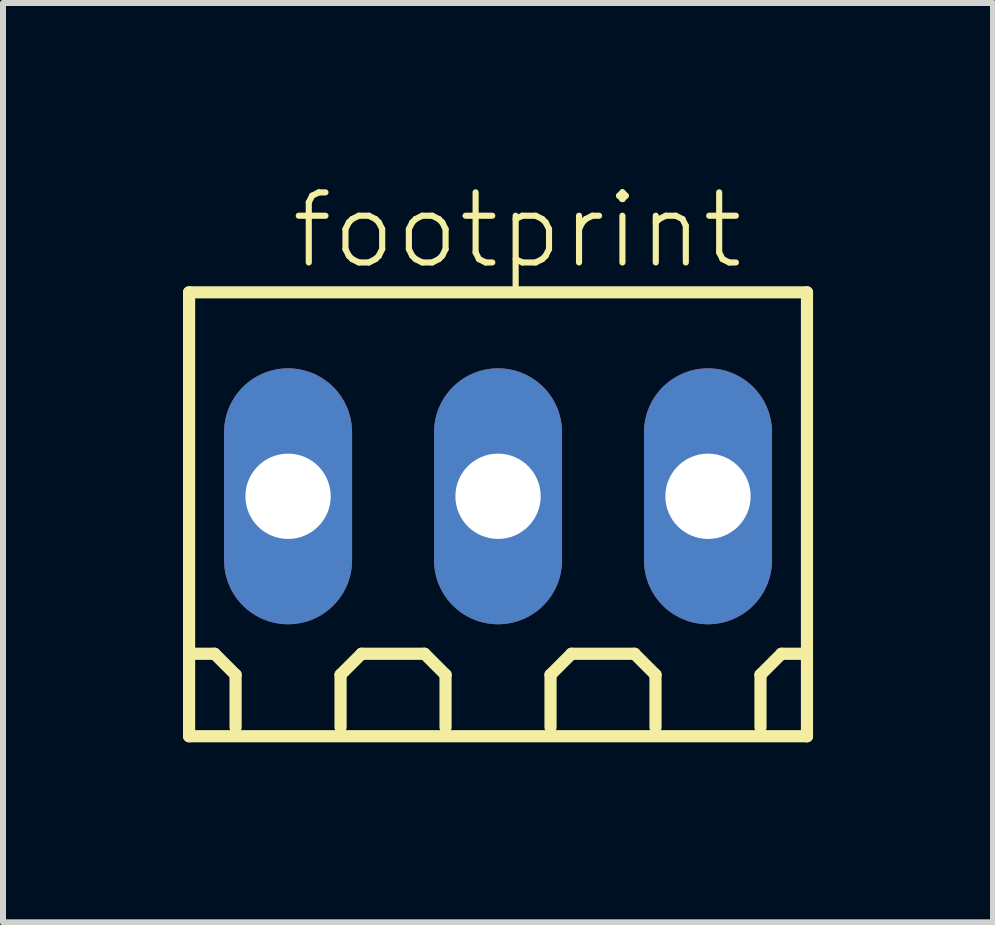
<source format=kicad_pcb>
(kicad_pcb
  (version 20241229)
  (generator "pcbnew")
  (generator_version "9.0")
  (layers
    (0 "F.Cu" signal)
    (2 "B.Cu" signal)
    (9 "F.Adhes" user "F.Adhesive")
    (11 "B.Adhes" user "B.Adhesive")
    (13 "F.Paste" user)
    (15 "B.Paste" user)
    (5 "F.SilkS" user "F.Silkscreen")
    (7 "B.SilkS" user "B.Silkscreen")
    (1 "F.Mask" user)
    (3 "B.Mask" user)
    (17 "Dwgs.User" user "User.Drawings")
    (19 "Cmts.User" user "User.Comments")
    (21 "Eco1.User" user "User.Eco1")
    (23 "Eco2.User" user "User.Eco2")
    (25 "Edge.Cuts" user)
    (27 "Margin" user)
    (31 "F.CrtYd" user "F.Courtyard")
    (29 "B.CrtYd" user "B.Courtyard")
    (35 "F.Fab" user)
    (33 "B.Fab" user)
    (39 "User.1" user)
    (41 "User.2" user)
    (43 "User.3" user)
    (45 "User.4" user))
  (footprint "footprint"
    (layer "F.Cu")
    (at 5.252 5.223)
    (property "Reference" "footprint" (at -3.5 -3.75 0) (layer "F.SilkS") (effects (font (size 1.168 1.168) (thickness 0.102)) (justify left bottom)))
    (fp_line (start -5.15 -3.4) (end 5.15 -3.4) (stroke (width 0.203) (type solid)) (layer "F.SilkS"))
    (fp_line (start -5.15 4) (end -5.15 -3.4) (stroke (width 0.203) (type solid)) (layer "F.SilkS"))
    (fp_line (start -4.725 2.625) (end -5.075 2.625) (stroke (width 0.203) (type solid)) (layer "F.SilkS"))
    (fp_line (start -4.375 2.975) (end -4.725 2.625) (stroke (width 0.203) (type solid)) (layer "F.SilkS"))
    (fp_line (start -4.375 3.85) (end -4.375 2.975) (stroke (width 0.203) (type solid)) (layer "F.SilkS"))
    (fp_line (start -2.625 2.975) (end -2.275 2.625) (stroke (width 0.203) (type solid)) (layer "F.SilkS"))
    (fp_line (start -2.625 3.85) (end -2.625 2.975) (stroke (width 0.203) (type solid)) (layer "F.SilkS"))
    (fp_line (start -2.275 2.625) (end -1.225 2.625) (stroke (width 0.203) (type solid)) (layer "F.SilkS"))
    (fp_line (start -1.225 2.625) (end -0.875 2.975) (stroke (width 0.203) (type solid)) (layer "F.SilkS"))
    (fp_line (start -0.875 2.975) (end -0.875 3.85) (stroke (width 0.203) (type solid)) (layer "F.SilkS"))
    (fp_line (start 0.875 2.975) (end 1.225 2.625) (stroke (width 0.203) (type solid)) (layer "F.SilkS"))
    (fp_line (start 0.875 3.85) (end 0.875 2.975) (stroke (width 0.203) (type solid)) (layer "F.SilkS"))
    (fp_line (start 1.225 2.625) (end 2.275 2.625) (stroke (width 0.203) (type solid)) (layer "F.SilkS"))
    (fp_line (start 2.275 2.625) (end 2.625 2.975) (stroke (width 0.203) (type solid)) (layer "F.SilkS"))
    (fp_line (start 2.625 2.975) (end 2.625 3.85) (stroke (width 0.203) (type solid)) (layer "F.SilkS"))
    (fp_line (start 4.375 2.975) (end 4.725 2.625) (stroke (width 0.203) (type solid)) (layer "F.SilkS"))
    (fp_line (start 4.375 3.85) (end 4.375 2.975) (stroke (width 0.203) (type solid)) (layer "F.SilkS"))
    (fp_line (start 5.075 2.625) (end 4.725 2.625) (stroke (width 0.203) (type solid)) (layer "F.SilkS"))
    (fp_line (start 5.15 -3.4) (end 5.15 4) (stroke (width 0.203) (type solid)) (layer "F.SilkS"))
    (fp_line (start 5.15 4) (end -5.15 4) (stroke (width 0.203) (type solid)) (layer "F.SilkS"))
    (pad "1" thru_hole oval (at -3.5 0 90) (size 4.267 2.134) (drill 1.422) (layers "*.Cu" "*.Mask"))
    (pad "2" thru_hole oval (at 0 0 90) (size 4.267 2.134) (drill 1.422) (layers "*.Cu" "*.Mask"))
    (pad "3" thru_hole oval (at 3.5 0 90) (size 4.267 2.134) (drill 1.422) (layers "*.Cu" "*.Mask")))
  (gr_rect
    (start -3 -3)
    (end 13.503 12.325)
    (stroke (width 0.1) (type default))
    (fill no)
    (layer "Edge.Cuts")))
</source>
